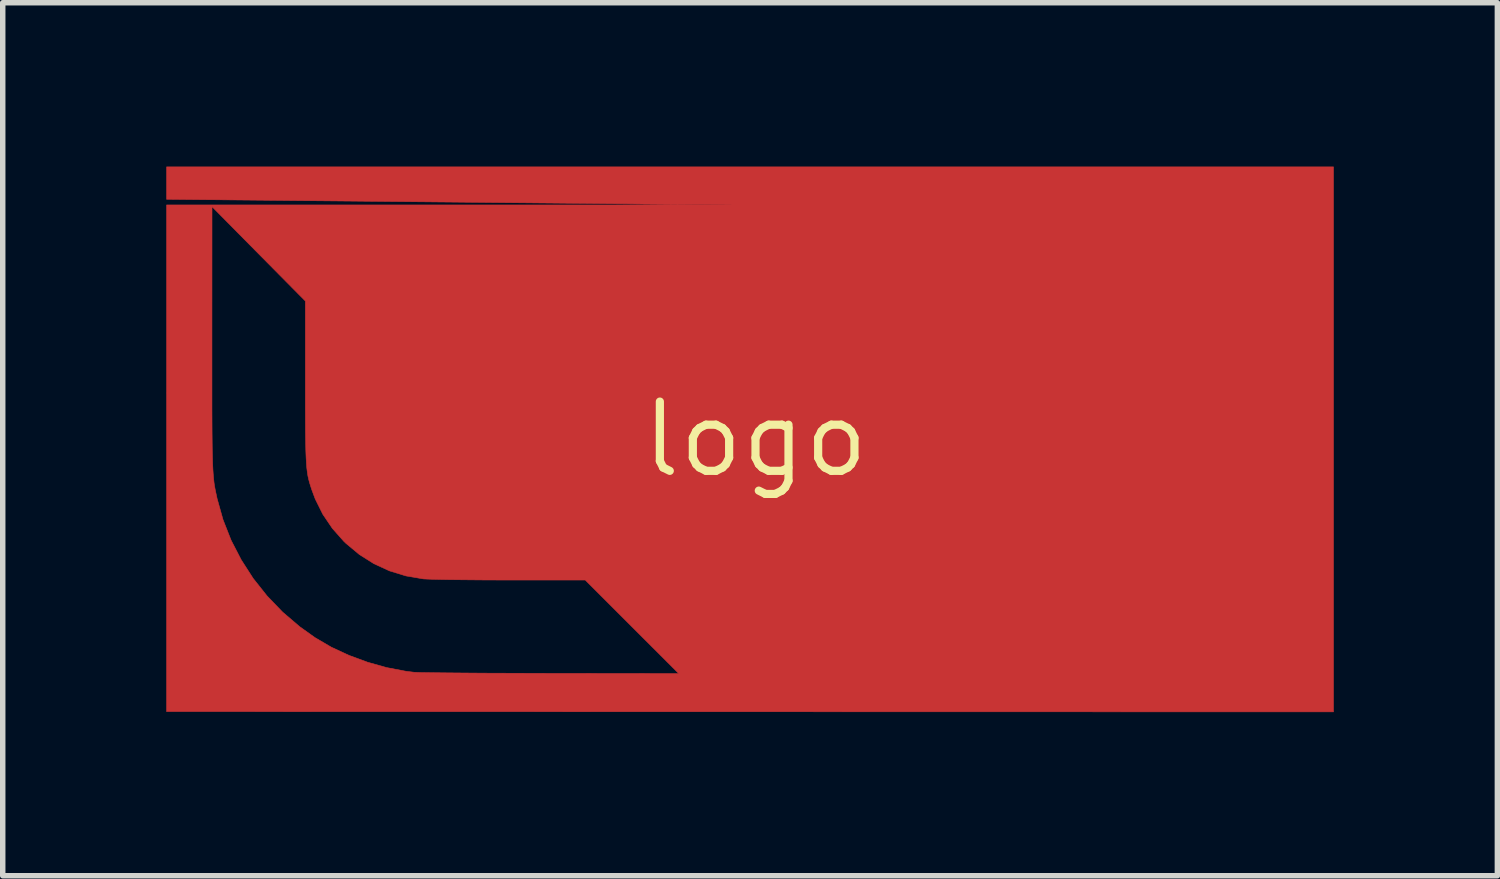
<source format=kicad_pcb>
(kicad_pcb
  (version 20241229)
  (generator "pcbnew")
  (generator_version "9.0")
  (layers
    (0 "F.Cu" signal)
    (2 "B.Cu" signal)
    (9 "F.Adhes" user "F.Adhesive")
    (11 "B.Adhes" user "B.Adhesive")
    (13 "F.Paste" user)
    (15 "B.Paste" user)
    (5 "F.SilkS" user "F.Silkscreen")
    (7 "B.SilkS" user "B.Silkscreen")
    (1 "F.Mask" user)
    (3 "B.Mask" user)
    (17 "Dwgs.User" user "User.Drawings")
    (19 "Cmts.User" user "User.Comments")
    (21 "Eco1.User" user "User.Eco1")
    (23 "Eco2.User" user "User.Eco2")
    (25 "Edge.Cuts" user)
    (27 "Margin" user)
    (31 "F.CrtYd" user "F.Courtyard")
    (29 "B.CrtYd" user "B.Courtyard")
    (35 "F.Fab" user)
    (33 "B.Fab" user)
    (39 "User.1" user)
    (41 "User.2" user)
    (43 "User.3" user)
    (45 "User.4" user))
  (footprint "logo"
    (layer "F.Cu")
    (at 10.805 5.005)
    (property "Reference" "logo" (at 0 0 0) (layer "F.SilkS") (effects (font (size 1.27 1.27) (thickness 0.15))))
    (attr through_hole)
    (fp_poly (pts (xy 10.2 5) (xy -10.8 4.995) (xy -10.8 -1.152) (xy -9.968 -1.152) (xy -9.968 -0.848) (xy -9.968 -0.578) (xy -9.967 -0.341) (xy -9.966 -0.133) (xy -9.964 0.049) (xy -9.962 0.206) (xy -9.958 0.343) (xy -9.955 0.46) (xy -9.95 0.561) (xy -9.944 0.648) (xy -9.937 0.725) (xy -9.93 0.793) (xy -9.921 0.855) (xy -9.91 0.915) (xy -9.898 0.974) (xy -9.885 1.034) (xy -9.874 1.087) (xy -9.765 1.476) (xy -9.617 1.852) (xy -9.431 2.212) (xy -9.211 2.554) (xy -8.957 2.874) (xy -8.672 3.17) (xy -8.357 3.439) (xy -8.075 3.64) (xy -7.781 3.812) (xy -7.458 3.962) (xy -7.117 4.088) (xy -6.766 4.187) (xy -6.416 4.254) (xy -6.265 4.273) (xy -6.22 4.275) (xy -6.136 4.278) (xy -6.015 4.28) (xy -5.86 4.282) (xy -5.676 4.284) (xy -5.463 4.286) (xy -5.227 4.288) (xy -4.969 4.29) (xy -4.692 4.291) (xy -4.4 4.292) (xy -4.095 4.293) (xy -3.781 4.294) (xy -3.747 4.294) (xy -1.408 4.297) (xy -2.265 3.44) (xy -3.123 2.582) (xy -4.509 2.582) (xy -4.754 2.582) (xy -4.991 2.581) (xy -5.216 2.579) (xy -5.425 2.577) (xy -5.614 2.575) (xy -5.778 2.572) (xy -5.914 2.569) (xy -6.017 2.565) (xy -6.082 2.562) (xy -6.093 2.561) (xy -6.41 2.507) (xy -6.713 2.414) (xy -6.998 2.283) (xy -7.264 2.115) (xy -7.508 1.912) (xy -7.548 1.874) (xy -7.76 1.635) (xy -7.935 1.376) (xy -8.074 1.096) (xy -8.136 0.93) (xy -8.158 0.863) (xy -8.177 0.801) (xy -8.194 0.739) (xy -8.208 0.675) (xy -8.219 0.605) (xy -8.229 0.525) (xy -8.236 0.433) (xy -8.242 0.324) (xy -8.247 0.196) (xy -8.25 0.044) (xy -8.253 -0.133) (xy -8.254 -0.341) (xy -8.255 -0.582) (xy -8.255 -0.859) (xy -8.255 -1.069) (xy -8.255 -2.534) (xy -9.111 -3.399) (xy -9.967 -4.265) (xy -9.968 -1.873) (xy -9.968 -1.493) (xy -9.968 -1.152) (xy -10.8 -1.152) (xy -10.8 -4.4) (xy -0.402 -4.297) (xy -0.402 0.783) (xy 0.889 0.783) (xy 0.889 -1.016) (xy 1.651 -1.016) (xy 1.651 0.783) (xy 2.942 0.783) (xy 2.942 -2.942) (xy 3.387 -2.942) (xy 4.445 -2.942) (xy 4.445 0.783) (xy 5.736 0.783) (xy 5.736 -2.89) (xy 7.197 -2.89) (xy 7.197 0.783) (xy 9.991 0.783) (xy 9.991 -0.445) (xy 8.488 -0.445) (xy 8.488 -4.18) (xy 7.842 -3.535) (xy 7.197 -2.89) (xy 5.736 -2.89) (xy 5.736 -2.942) (xy 6.598 -2.942) (xy 7.969 -4.295) (xy 5.678 -4.296) (xy 3.387 -4.297) (xy 3.387 -2.942) (xy 2.942 -2.942) (xy 2.942 -4.297) (xy 1.651 -4.297) (xy 1.651 -2.434) (xy 0.889 -2.434) (xy 0.889 -4.297) (xy -0.402 -4.297) (xy -10.8 -4.297) (xy -10.8 -4.995) (xy 10.6 -4.995) (xy 10.6 5)) (stroke (width 0.01) (type solid)) (fill yes) (layer "F.Cu"))
    (fp_poly (pts (xy 10.6 5) (xy -10.8 4.995) (xy -10.8 -4.4) (xy -9.97 -4.276) (xy -9.969 -1.879) (xy -9.969 -1.497) (xy -9.969 -1.156) (xy -9.969 -0.852) (xy -9.968 -0.582) (xy -9.967 -0.344) (xy -9.966 -0.135) (xy -9.964 0.047) (xy -9.962 0.205) (xy -9.959 0.341) (xy -9.955 0.459) (xy -9.95 0.56) (xy -9.944 0.648) (xy -9.937 0.724) (xy -9.93 0.793) (xy -9.921 0.855) (xy -9.91 0.914) (xy -9.899 0.973) (xy -9.885 1.034) (xy -9.874 1.087) (xy -9.765 1.476) (xy -9.617 1.852) (xy -9.431 2.212) (xy -9.211 2.554) (xy -8.957 2.874) (xy -8.672 3.17) (xy -8.357 3.439) (xy -8.075 3.64) (xy -7.781 3.812) (xy -7.458 3.962) (xy -7.117 4.088) (xy -6.766 4.187) (xy -6.416 4.254) (xy -6.265 4.273) (xy -6.22 4.275) (xy -6.136 4.278) (xy -6.015 4.28) (xy -5.86 4.282) (xy -5.676 4.285) (xy -5.464 4.287) (xy -5.227 4.288) (xy -4.969 4.29) (xy -4.692 4.291) (xy -4.4 4.293) (xy -4.095 4.293) (xy -3.78 4.294) (xy -3.741 4.294) (xy -1.397 4.297) (xy -1.397 1.185) (xy -0.3 1.185) (xy -0.288 1.244) (xy -0.283 1.274) (xy -0.273 1.343) (xy -0.258 1.446) (xy -0.238 1.581) (xy -0.215 1.743) (xy -0.188 1.929) (xy -0.159 2.136) (xy -0.127 2.359) (xy -0.093 2.596) (xy -0.074 2.731) (xy -0.04 2.973) (xy -0.007 3.204) (xy 0.024 3.42) (xy 0.052 3.618) (xy 0.078 3.794) (xy 0.099 3.944) (xy 0.117 4.065) (xy 0.13 4.154) (xy 0.138 4.206) (xy 0.14 4.217) (xy 0.152 4.276) (xy 0.764 4.276) (xy 0.92 4.275) (xy 1.061 4.274) (xy 1.182 4.271) (xy 1.279 4.268) (xy 1.344 4.265) (xy 1.374 4.261) (xy 1.375 4.26) (xy 1.379 4.234) (xy 1.388 4.171) (xy 1.403 4.079) (xy 1.422 3.961) (xy 1.445 3.825) (xy 1.47 3.675) (xy 1.496 3.518) (xy 1.523 3.359) (xy 1.55 3.203) (xy 1.575 3.057) (xy 1.597 2.926) (xy 1.617 2.816) (xy 1.632 2.732) (xy 1.642 2.681) (xy 1.645 2.667) (xy 1.652 2.676) (xy 1.663 2.722) (xy 1.679 2.798) (xy 1.698 2.898) (xy 1.717 3.016) (xy 1.717 3.016) (xy 1.737 3.134) (xy 1.761 3.269) (xy 1.787 3.415) (xy 1.815 3.566) (xy 1.844 3.716) (xy 1.872 3.86) (xy 1.899 3.99) (xy 1.922 4.101) (xy 1.941 4.187) (xy 1.955 4.242) (xy 1.96 4.259) (xy 1.983 4.263) (xy 2.043 4.267) (xy 2.135 4.27) (xy 2.253 4.273) (xy 2.391 4.275) (xy 2.545 4.276) (xy 2.58 4.276) (xy 3.189 4.276) (xy 3.405 2.757) (xy 3.44 2.508) (xy 3.474 2.271) (xy 3.505 2.049) (xy 3.534 1.846) (xy 3.559 1.666) (xy 3.58 1.51) (xy 3.598 1.384) (xy 3.61 1.29) (xy 3.618 1.231) (xy 3.62 1.211) (xy 3.611 1.202) (xy 3.582 1.196) (xy 3.528 1.191) (xy 3.445 1.189) (xy 3.329 1.189) (xy 3.176 1.19) (xy 3.149 1.19) (xy 2.678 1.196) (xy 2.63 1.492) (xy 2.582 1.807) (xy 2.536 2.146) (xy 2.493 2.491) (xy 2.457 2.826) (xy 2.442 2.982) (xy 2.429 3.108) (xy 2.417 3.213) (xy 2.406 3.293) (xy 2.397 3.341) (xy 2.39 3.354) (xy 2.389 3.352) (xy 2.384 3.322) (xy 2.375 3.256) (xy 2.364 3.157) (xy 2.351 3.031) (xy 2.336 2.884) (xy 2.32 2.721) (xy 2.307 2.582) (xy 2.29 2.393) (xy 2.272 2.2) (xy 2.254 2.014) (xy 2.237 1.841) (xy 2.222 1.69) (xy 2.21 1.57) (xy 2.205 1.524) (xy 2.17 1.196) (xy 1.217 1.185) (xy 4.106 1.185) (xy 4.106 4.276) (xy 5.863 4.276) (xy 5.863 3.683) (xy 5.079 3.683) (xy 5.085 3.328) (xy 5.091 2.974) (xy 5.477 2.968) (xy 5.863 2.962) (xy 5.863 2.392) (xy 5.079 2.392) (xy 5.085 2.09) (xy 5.091 1.789) (xy 5.863 1.777) (xy 5.863 1.185) (xy 6.477 1.185) (xy 6.477 4.276) (xy 7.451 4.276) (xy 7.938 4.276) (xy 9.842 4.276) (xy 9.842 3.684) (xy 9.42 3.678) (xy 8.997 3.672) (xy 9.42 2.741) (xy 9.842 1.81) (xy 9.842 1.498) (xy 9.842 1.185) (xy 8.001 1.185) (xy 8.001 1.778) (xy 8.391 1.778) (xy 8.515 1.779) (xy 8.624 1.781) (xy 8.711 1.785) (xy 8.768 1.789) (xy 8.79 1.794) (xy 8.784 1.816) (xy 8.762 1.873) (xy 8.727 1.962) (xy 8.679 2.078) (xy 8.621 2.219) (xy 8.554 2.38) (xy 8.479 2.557) (xy 8.398 2.748) (xy 8.369 2.815) (xy 7.939 3.821) (xy 7.938 4.048) (xy 7.938 4.276) (xy 7.451 4.276) (xy 7.451 1.185) (xy 6.477 1.185) (xy 5.863 1.185) (xy 4.106 1.185) (xy 1.217 1.185) (xy 1.151 1.185) (xy 1.093 1.55) (xy 1.047 1.85) (xy 1.006 2.14) (xy 0.97 2.412) (xy 0.94 2.66) (xy 0.917 2.877) (xy 0.909 2.974) (xy 0.895 3.121) (xy 0.884 3.226) (xy 0.873 3.29) (xy 0.864 3.314) (xy 0.856 3.297) (xy 0.852 3.27) (xy 0.848 3.228) (xy 0.84 3.151) (xy 0.829 3.044) (xy 0.816 2.912) (xy 0.802 2.761) (xy 0.786 2.594) (xy 0.769 2.418) (xy 0.751 2.236) (xy 0.734 2.056) (xy 0.717 1.88) (xy 0.702 1.715) (xy 0.688 1.565) (xy 0.676 1.436) (xy 0.666 1.332) (xy 0.659 1.259) (xy 0.656 1.221) (xy 0.656 1.217) (xy 0.651 1.207) (xy 0.633 1.199) (xy 0.597 1.193) (xy 0.539 1.189) (xy 0.452 1.187) (xy 0.333 1.186) (xy 0.178 1.185) (xy -0.3 1.185) (xy -1.397 1.185) (xy -1.397 -3.101) (xy -2.265 -2.233) (xy -3.133 -1.365) (xy -3.133 2.582) (xy -4.514 2.582) (xy -4.758 2.582) (xy -4.995 2.581) (xy -5.22 2.579) (xy -5.428 2.577) (xy -5.617 2.575) (xy -5.781 2.572) (xy -5.916 2.569) (xy -6.018 2.565) (xy -6.083 2.562) (xy -6.093 2.561) (xy -6.41 2.507) (xy -6.713 2.414) (xy -6.998 2.283) (xy -7.264 2.115) (xy -7.508 1.912) (xy -7.548 1.874) (xy -7.76 1.635) (xy -7.935 1.376) (xy -8.074 1.096) (xy -8.136 0.93) (xy -8.158 0.863) (xy -8.177 0.801) (xy -8.193 0.74) (xy -8.207 0.676) (xy -8.219 0.606) (xy -8.228 0.527) (xy -8.236 0.435) (xy -8.242 0.327) (xy -8.247 0.2) (xy -8.25 0.049) (xy -8.252 -0.127) (xy -8.254 -0.334) (xy -8.255 -0.573) (xy -8.255 -0.848) (xy -8.255 -1.082) (xy -8.255 -2.561) (xy -5.558 -2.561) (xy -5.684 -2.429) (xy -5.728 -2.383) (xy -5.799 -2.311) (xy -5.89 -2.218) (xy -5.997 -2.108) (xy -6.117 -1.987) (xy -6.244 -1.858) (xy -6.35 -1.751) (xy -6.89 -1.206) (xy -6.292 -0.609) (xy -5.694 -0.011) (xy -1.429 -4.276) (xy -9.97 -4.276) (xy -10.8 -4.276) (xy -10.8 -4.297) (xy -0.402 -4.297) (xy -0.402 0.783) (xy 0.889 0.783) (xy 0.889 -1.016) (xy 1.651 -1.016) (xy 1.651 0.783) (xy 2.942 0.783) (xy 2.942 -2.942) (xy 3.387 -2.942) (xy 4.445 -2.942) (xy 4.445 0.783) (xy 5.736 0.783) (xy 5.736 -2.89) (xy 7.197 -2.89) (xy 7.197 0.783) (xy 9.991 0.783) (xy 9.991 -0.445) (xy 8.488 -0.445) (xy 8.488 -4.18) (xy 7.842 -3.535) (xy 7.197 -2.89) (xy 5.736 -2.89) (xy 5.736 -2.942) (xy 6.598 -2.942) (xy 7.969 -4.295) (xy 5.678 -4.296) (xy 3.387 -4.297) (xy 3.387 -2.942) (xy 2.942 -2.942) (xy 2.942 -4.297) (xy 1.651 -4.297) (xy 1.651 -2.434) (xy 0.889 -2.434) (xy 0.889 -4.297) (xy -0.402 -4.297) (xy -10.8 -4.297) (xy -10.8 -5) (xy 10.6 -5) (xy 10.6 4.995)) (stroke (width 0.01) (type solid)) (fill yes) (layer "F.Mask")))
  (gr_rect
    (start -3 -3)
    (end 24.41 13.01)
    (stroke (width 0.1) (type default))
    (fill no)
    (layer "Edge.Cuts")))
</source>
